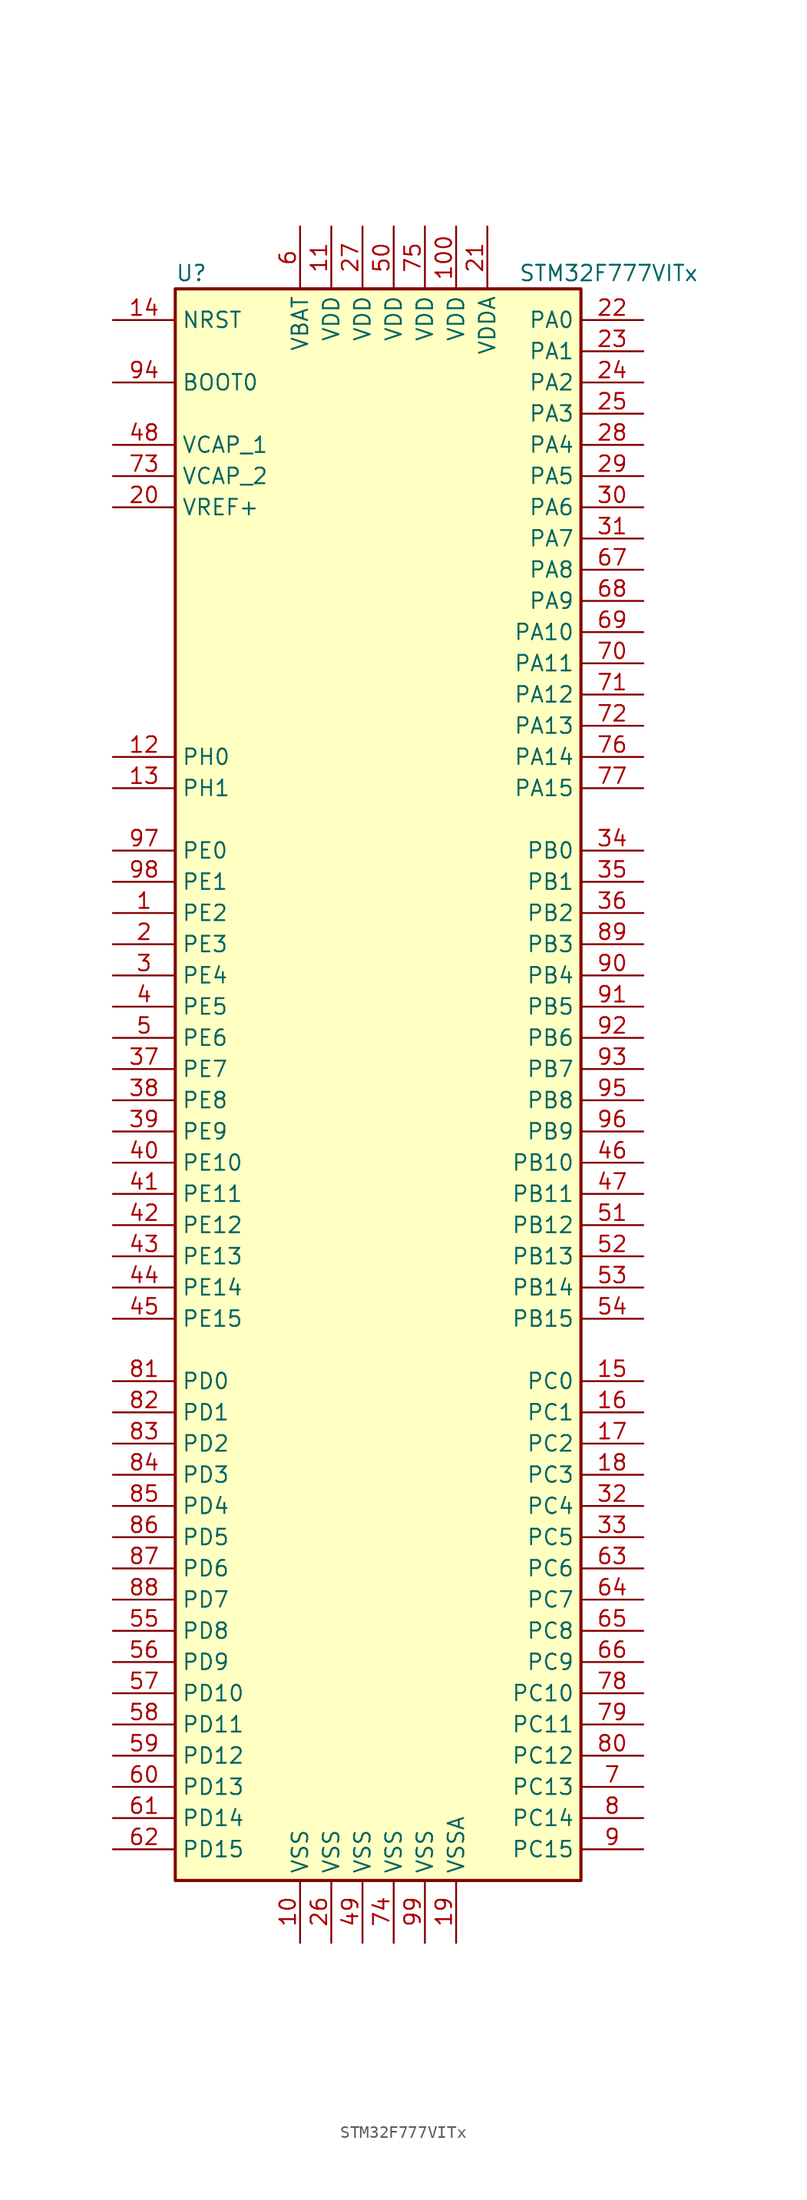
<source format=kicad_sym>
(kicad_symbol_lib
  (version 20211014)
  (generator kicad_symbol_editor)
  (symbol "STM32F777VITx"
    (property "Reference" "U"
      (at -17.78 64.77 0)
      (effects (font (size 1.27 1.27)) (justify left)))
    (property "Value" "STM32F777VITx"
      (at 10.16 64.77 0)
      (effects (font (size 1.27 1.27)) (justify left)))
    (symbol "STM32F777VITx_0_1"
      (rectangle (start -17.78 -66.04) (end 15.24 63.5) (stroke (width 0.254) (type default) (color 0 0 0 0)) (fill (type background))))
    (symbol "STM32F777VITx_1_1"
      (pin bidirectional line (at -22.86 12.7 0) (length 5.08) (name "PE2" (effects (font (size 1.27 1.27)))) (number "1" (effects (font (size 1.27 1.27)))))
      (pin power_in line (at -7.62 -71.12 90) (length 5.08) (name "VSS" (effects (font (size 1.27 1.27)))) (number "10" (effects (font (size 1.27 1.27)))))
      (pin power_in line (at 5.08 68.58 270) (length 5.08) (name "VDD" (effects (font (size 1.27 1.27)))) (number "100" (effects (font (size 1.27 1.27)))))
      (pin power_in line (at -5.08 68.58 270) (length 5.08) (name "VDD" (effects (font (size 1.27 1.27)))) (number "11" (effects (font (size 1.27 1.27)))))
      (pin input line (at -22.86 25.4 0) (length 5.08) (name "PH0" (effects (font (size 1.27 1.27)))) (number "12" (effects (font (size 1.27 1.27)))))
      (pin input line (at -22.86 22.86 0) (length 5.08) (name "PH1" (effects (font (size 1.27 1.27)))) (number "13" (effects (font (size 1.27 1.27)))))
      (pin input line (at -22.86 60.96 0) (length 5.08) (name "NRST" (effects (font (size 1.27 1.27)))) (number "14" (effects (font (size 1.27 1.27)))))
      (pin bidirectional line (at 20.32 -25.4 180) (length 5.08) (name "PC0" (effects (font (size 1.27 1.27)))) (number "15" (effects (font (size 1.27 1.27)))))
      (pin bidirectional line (at 20.32 -27.94 180) (length 5.08) (name "PC1" (effects (font (size 1.27 1.27)))) (number "16" (effects (font (size 1.27 1.27)))))
      (pin bidirectional line (at 20.32 -30.48 180) (length 5.08) (name "PC2" (effects (font (size 1.27 1.27)))) (number "17" (effects (font (size 1.27 1.27)))))
      (pin bidirectional line (at 20.32 -33.02 180) (length 5.08) (name "PC3" (effects (font (size 1.27 1.27)))) (number "18" (effects (font (size 1.27 1.27)))))
      (pin power_in line (at 5.08 -71.12 90) (length 5.08) (name "VSSA" (effects (font (size 1.27 1.27)))) (number "19" (effects (font (size 1.27 1.27)))))
      (pin bidirectional line (at -22.86 10.16 0) (length 5.08) (name "PE3" (effects (font (size 1.27 1.27)))) (number "2" (effects (font (size 1.27 1.27)))))
      (pin power_in line (at -22.86 45.72 0) (length 5.08) (name "VREF+" (effects (font (size 1.27 1.27)))) (number "20" (effects (font (size 1.27 1.27)))))
      (pin power_in line (at 7.62 68.58 270) (length 5.08) (name "VDDA" (effects (font (size 1.27 1.27)))) (number "21" (effects (font (size 1.27 1.27)))))
      (pin bidirectional line (at 20.32 60.96 180) (length 5.08) (name "PA0" (effects (font (size 1.27 1.27)))) (number "22" (effects (font (size 1.27 1.27)))))
      (pin bidirectional line (at 20.32 58.42 180) (length 5.08) (name "PA1" (effects (font (size 1.27 1.27)))) (number "23" (effects (font (size 1.27 1.27)))))
      (pin bidirectional line (at 20.32 55.88 180) (length 5.08) (name "PA2" (effects (font (size 1.27 1.27)))) (number "24" (effects (font (size 1.27 1.27)))))
      (pin bidirectional line (at 20.32 53.34 180) (length 5.08) (name "PA3" (effects (font (size 1.27 1.27)))) (number "25" (effects (font (size 1.27 1.27)))))
      (pin power_in line (at -5.08 -71.12 90) (length 5.08) (name "VSS" (effects (font (size 1.27 1.27)))) (number "26" (effects (font (size 1.27 1.27)))))
      (pin power_in line (at -2.54 68.58 270) (length 5.08) (name "VDD" (effects (font (size 1.27 1.27)))) (number "27" (effects (font (size 1.27 1.27)))))
      (pin bidirectional line (at 20.32 50.8 180) (length 5.08) (name "PA4" (effects (font (size 1.27 1.27)))) (number "28" (effects (font (size 1.27 1.27)))))
      (pin bidirectional line (at 20.32 48.26 180) (length 5.08) (name "PA5" (effects (font (size 1.27 1.27)))) (number "29" (effects (font (size 1.27 1.27)))))
      (pin bidirectional line (at -22.86 7.62 0) (length 5.08) (name "PE4" (effects (font (size 1.27 1.27)))) (number "3" (effects (font (size 1.27 1.27)))))
      (pin bidirectional line (at 20.32 45.72 180) (length 5.08) (name "PA6" (effects (font (size 1.27 1.27)))) (number "30" (effects (font (size 1.27 1.27)))))
      (pin bidirectional line (at 20.32 43.18 180) (length 5.08) (name "PA7" (effects (font (size 1.27 1.27)))) (number "31" (effects (font (size 1.27 1.27)))))
      (pin bidirectional line (at 20.32 -35.56 180) (length 5.08) (name "PC4" (effects (font (size 1.27 1.27)))) (number "32" (effects (font (size 1.27 1.27)))))
      (pin bidirectional line (at 20.32 -38.1 180) (length 5.08) (name "PC5" (effects (font (size 1.27 1.27)))) (number "33" (effects (font (size 1.27 1.27)))))
      (pin bidirectional line (at 20.32 17.78 180) (length 5.08) (name "PB0" (effects (font (size 1.27 1.27)))) (number "34" (effects (font (size 1.27 1.27)))))
      (pin bidirectional line (at 20.32 15.24 180) (length 5.08) (name "PB1" (effects (font (size 1.27 1.27)))) (number "35" (effects (font (size 1.27 1.27)))))
      (pin bidirectional line (at 20.32 12.7 180) (length 5.08) (name "PB2" (effects (font (size 1.27 1.27)))) (number "36" (effects (font (size 1.27 1.27)))))
      (pin bidirectional line (at -22.86 0 0) (length 5.08) (name "PE7" (effects (font (size 1.27 1.27)))) (number "37" (effects (font (size 1.27 1.27)))))
      (pin bidirectional line (at -22.86 -2.54 0) (length 5.08) (name "PE8" (effects (font (size 1.27 1.27)))) (number "38" (effects (font (size 1.27 1.27)))))
      (pin bidirectional line (at -22.86 -5.08 0) (length 5.08) (name "PE9" (effects (font (size 1.27 1.27)))) (number "39" (effects (font (size 1.27 1.27)))))
      (pin bidirectional line (at -22.86 5.08 0) (length 5.08) (name "PE5" (effects (font (size 1.27 1.27)))) (number "4" (effects (font (size 1.27 1.27)))))
      (pin bidirectional line (at -22.86 -7.62 0) (length 5.08) (name "PE10" (effects (font (size 1.27 1.27)))) (number "40" (effects (font (size 1.27 1.27)))))
      (pin bidirectional line (at -22.86 -10.16 0) (length 5.08) (name "PE11" (effects (font (size 1.27 1.27)))) (number "41" (effects (font (size 1.27 1.27)))))
      (pin bidirectional line (at -22.86 -12.7 0) (length 5.08) (name "PE12" (effects (font (size 1.27 1.27)))) (number "42" (effects (font (size 1.27 1.27)))))
      (pin bidirectional line (at -22.86 -15.24 0) (length 5.08) (name "PE13" (effects (font (size 1.27 1.27)))) (number "43" (effects (font (size 1.27 1.27)))))
      (pin bidirectional line (at -22.86 -17.78 0) (length 5.08) (name "PE14" (effects (font (size 1.27 1.27)))) (number "44" (effects (font (size 1.27 1.27)))))
      (pin bidirectional line (at -22.86 -20.32 0) (length 5.08) (name "PE15" (effects (font (size 1.27 1.27)))) (number "45" (effects (font (size 1.27 1.27)))))
      (pin bidirectional line (at 20.32 -7.62 180) (length 5.08) (name "PB10" (effects (font (size 1.27 1.27)))) (number "46" (effects (font (size 1.27 1.27)))))
      (pin bidirectional line (at 20.32 -10.16 180) (length 5.08) (name "PB11" (effects (font (size 1.27 1.27)))) (number "47" (effects (font (size 1.27 1.27)))))
      (pin power_in line (at -22.86 50.8 0) (length 5.08) (name "VCAP_1" (effects (font (size 1.27 1.27)))) (number "48" (effects (font (size 1.27 1.27)))))
      (pin power_in line (at -2.54 -71.12 90) (length 5.08) (name "VSS" (effects (font (size 1.27 1.27)))) (number "49" (effects (font (size 1.27 1.27)))))
      (pin bidirectional line (at -22.86 2.54 0) (length 5.08) (name "PE6" (effects (font (size 1.27 1.27)))) (number "5" (effects (font (size 1.27 1.27)))))
      (pin power_in line (at 0 68.58 270) (length 5.08) (name "VDD" (effects (font (size 1.27 1.27)))) (number "50" (effects (font (size 1.27 1.27)))))
      (pin bidirectional line (at 20.32 -12.7 180) (length 5.08) (name "PB12" (effects (font (size 1.27 1.27)))) (number "51" (effects (font (size 1.27 1.27)))))
      (pin bidirectional line (at 20.32 -15.24 180) (length 5.08) (name "PB13" (effects (font (size 1.27 1.27)))) (number "52" (effects (font (size 1.27 1.27)))))
      (pin bidirectional line (at 20.32 -17.78 180) (length 5.08) (name "PB14" (effects (font (size 1.27 1.27)))) (number "53" (effects (font (size 1.27 1.27)))))
      (pin bidirectional line (at 20.32 -20.32 180) (length 5.08) (name "PB15" (effects (font (size 1.27 1.27)))) (number "54" (effects (font (size 1.27 1.27)))))
      (pin bidirectional line (at -22.86 -45.72 0) (length 5.08) (name "PD8" (effects (font (size 1.27 1.27)))) (number "55" (effects (font (size 1.27 1.27)))))
      (pin bidirectional line (at -22.86 -48.26 0) (length 5.08) (name "PD9" (effects (font (size 1.27 1.27)))) (number "56" (effects (font (size 1.27 1.27)))))
      (pin bidirectional line (at -22.86 -50.8 0) (length 5.08) (name "PD10" (effects (font (size 1.27 1.27)))) (number "57" (effects (font (size 1.27 1.27)))))
      (pin bidirectional line (at -22.86 -53.34 0) (length 5.08) (name "PD11" (effects (font (size 1.27 1.27)))) (number "58" (effects (font (size 1.27 1.27)))))
      (pin bidirectional line (at -22.86 -55.88 0) (length 5.08) (name "PD12" (effects (font (size 1.27 1.27)))) (number "59" (effects (font (size 1.27 1.27)))))
      (pin power_in line (at -7.62 68.58 270) (length 5.08) (name "VBAT" (effects (font (size 1.27 1.27)))) (number "6" (effects (font (size 1.27 1.27)))))
      (pin bidirectional line (at -22.86 -58.42 0) (length 5.08) (name "PD13" (effects (font (size 1.27 1.27)))) (number "60" (effects (font (size 1.27 1.27)))))
      (pin bidirectional line (at -22.86 -60.96 0) (length 5.08) (name "PD14" (effects (font (size 1.27 1.27)))) (number "61" (effects (font (size 1.27 1.27)))))
      (pin bidirectional line (at -22.86 -63.5 0) (length 5.08) (name "PD15" (effects (font (size 1.27 1.27)))) (number "62" (effects (font (size 1.27 1.27)))))
      (pin bidirectional line (at 20.32 -40.64 180) (length 5.08) (name "PC6" (effects (font (size 1.27 1.27)))) (number "63" (effects (font (size 1.27 1.27)))))
      (pin bidirectional line (at 20.32 -43.18 180) (length 5.08) (name "PC7" (effects (font (size 1.27 1.27)))) (number "64" (effects (font (size 1.27 1.27)))))
      (pin bidirectional line (at 20.32 -45.72 180) (length 5.08) (name "PC8" (effects (font (size 1.27 1.27)))) (number "65" (effects (font (size 1.27 1.27)))))
      (pin bidirectional line (at 20.32 -48.26 180) (length 5.08) (name "PC9" (effects (font (size 1.27 1.27)))) (number "66" (effects (font (size 1.27 1.27)))))
      (pin bidirectional line (at 20.32 40.64 180) (length 5.08) (name "PA8" (effects (font (size 1.27 1.27)))) (number "67" (effects (font (size 1.27 1.27)))))
      (pin bidirectional line (at 20.32 38.1 180) (length 5.08) (name "PA9" (effects (font (size 1.27 1.27)))) (number "68" (effects (font (size 1.27 1.27)))))
      (pin bidirectional line (at 20.32 35.56 180) (length 5.08) (name "PA10" (effects (font (size 1.27 1.27)))) (number "69" (effects (font (size 1.27 1.27)))))
      (pin bidirectional line (at 20.32 -58.42 180) (length 5.08) (name "PC13" (effects (font (size 1.27 1.27)))) (number "7" (effects (font (size 1.27 1.27)))))
      (pin bidirectional line (at 20.32 33.02 180) (length 5.08) (name "PA11" (effects (font (size 1.27 1.27)))) (number "70" (effects (font (size 1.27 1.27)))))
      (pin bidirectional line (at 20.32 30.48 180) (length 5.08) (name "PA12" (effects (font (size 1.27 1.27)))) (number "71" (effects (font (size 1.27 1.27)))))
      (pin bidirectional line (at 20.32 27.94 180) (length 5.08) (name "PA13" (effects (font (size 1.27 1.27)))) (number "72" (effects (font (size 1.27 1.27)))))
      (pin power_in line (at -22.86 48.26 0) (length 5.08) (name "VCAP_2" (effects (font (size 1.27 1.27)))) (number "73" (effects (font (size 1.27 1.27)))))
      (pin power_in line (at 0 -71.12 90) (length 5.08) (name "VSS" (effects (font (size 1.27 1.27)))) (number "74" (effects (font (size 1.27 1.27)))))
      (pin power_in line (at 2.54 68.58 270) (length 5.08) (name "VDD" (effects (font (size 1.27 1.27)))) (number "75" (effects (font (size 1.27 1.27)))))
      (pin bidirectional line (at 20.32 25.4 180) (length 5.08) (name "PA14" (effects (font (size 1.27 1.27)))) (number "76" (effects (font (size 1.27 1.27)))))
      (pin bidirectional line (at 20.32 22.86 180) (length 5.08) (name "PA15" (effects (font (size 1.27 1.27)))) (number "77" (effects (font (size 1.27 1.27)))))
      (pin bidirectional line (at 20.32 -50.8 180) (length 5.08) (name "PC10" (effects (font (size 1.27 1.27)))) (number "78" (effects (font (size 1.27 1.27)))))
      (pin bidirectional line (at 20.32 -53.34 180) (length 5.08) (name "PC11" (effects (font (size 1.27 1.27)))) (number "79" (effects (font (size 1.27 1.27)))))
      (pin bidirectional line (at 20.32 -60.96 180) (length 5.08) (name "PC14" (effects (font (size 1.27 1.27)))) (number "8" (effects (font (size 1.27 1.27)))))
      (pin bidirectional line (at 20.32 -55.88 180) (length 5.08) (name "PC12" (effects (font (size 1.27 1.27)))) (number "80" (effects (font (size 1.27 1.27)))))
      (pin bidirectional line (at -22.86 -25.4 0) (length 5.08) (name "PD0" (effects (font (size 1.27 1.27)))) (number "81" (effects (font (size 1.27 1.27)))))
      (pin bidirectional line (at -22.86 -27.94 0) (length 5.08) (name "PD1" (effects (font (size 1.27 1.27)))) (number "82" (effects (font (size 1.27 1.27)))))
      (pin bidirectional line (at -22.86 -30.48 0) (length 5.08) (name "PD2" (effects (font (size 1.27 1.27)))) (number "83" (effects (font (size 1.27 1.27)))))
      (pin bidirectional line (at -22.86 -33.02 0) (length 5.08) (name "PD3" (effects (font (size 1.27 1.27)))) (number "84" (effects (font (size 1.27 1.27)))))
      (pin bidirectional line (at -22.86 -35.56 0) (length 5.08) (name "PD4" (effects (font (size 1.27 1.27)))) (number "85" (effects (font (size 1.27 1.27)))))
      (pin bidirectional line (at -22.86 -38.1 0) (length 5.08) (name "PD5" (effects (font (size 1.27 1.27)))) (number "86" (effects (font (size 1.27 1.27)))))
      (pin bidirectional line (at -22.86 -40.64 0) (length 5.08) (name "PD6" (effects (font (size 1.27 1.27)))) (number "87" (effects (font (size 1.27 1.27)))))
      (pin bidirectional line (at -22.86 -43.18 0) (length 5.08) (name "PD7" (effects (font (size 1.27 1.27)))) (number "88" (effects (font (size 1.27 1.27)))))
      (pin bidirectional line (at 20.32 10.16 180) (length 5.08) (name "PB3" (effects (font (size 1.27 1.27)))) (number "89" (effects (font (size 1.27 1.27)))))
      (pin bidirectional line (at 20.32 -63.5 180) (length 5.08) (name "PC15" (effects (font (size 1.27 1.27)))) (number "9" (effects (font (size 1.27 1.27)))))
      (pin bidirectional line (at 20.32 7.62 180) (length 5.08) (name "PB4" (effects (font (size 1.27 1.27)))) (number "90" (effects (font (size 1.27 1.27)))))
      (pin bidirectional line (at 20.32 5.08 180) (length 5.08) (name "PB5" (effects (font (size 1.27 1.27)))) (number "91" (effects (font (size 1.27 1.27)))))
      (pin bidirectional line (at 20.32 2.54 180) (length 5.08) (name "PB6" (effects (font (size 1.27 1.27)))) (number "92" (effects (font (size 1.27 1.27)))))
      (pin bidirectional line (at 20.32 0 180) (length 5.08) (name "PB7" (effects (font (size 1.27 1.27)))) (number "93" (effects (font (size 1.27 1.27)))))
      (pin input line (at -22.86 55.88 0) (length 5.08) (name "BOOT0" (effects (font (size 1.27 1.27)))) (number "94" (effects (font (size 1.27 1.27)))))
      (pin bidirectional line (at 20.32 -2.54 180) (length 5.08) (name "PB8" (effects (font (size 1.27 1.27)))) (number "95" (effects (font (size 1.27 1.27)))))
      (pin bidirectional line (at 20.32 -5.08 180) (length 5.08) (name "PB9" (effects (font (size 1.27 1.27)))) (number "96" (effects (font (size 1.27 1.27)))))
      (pin bidirectional line (at -22.86 17.78 0) (length 5.08) (name "PE0" (effects (font (size 1.27 1.27)))) (number "97" (effects (font (size 1.27 1.27)))))
      (pin bidirectional line (at -22.86 15.24 0) (length 5.08) (name "PE1" (effects (font (size 1.27 1.27)))) (number "98" (effects (font (size 1.27 1.27)))))
      (pin power_in line (at 2.54 -71.12 90) (length 5.08) (name "VSS" (effects (font (size 1.27 1.27)))) (number "99" (effects (font (size 1.27 1.27))))))))
</source>
